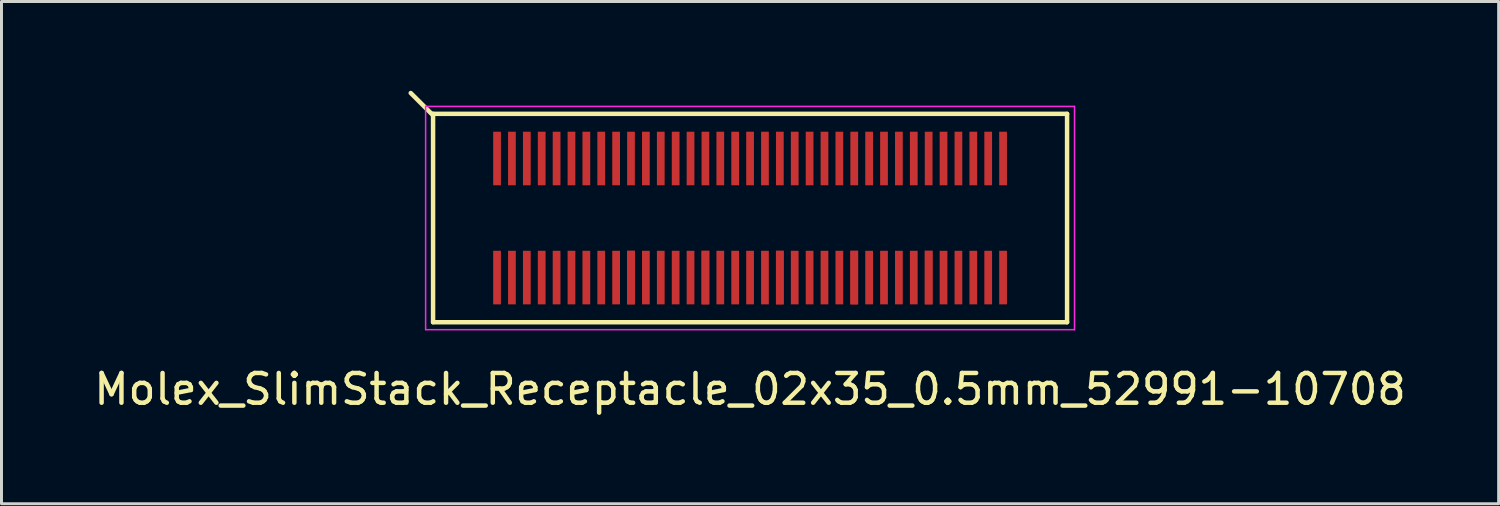
<source format=kicad_pcb>
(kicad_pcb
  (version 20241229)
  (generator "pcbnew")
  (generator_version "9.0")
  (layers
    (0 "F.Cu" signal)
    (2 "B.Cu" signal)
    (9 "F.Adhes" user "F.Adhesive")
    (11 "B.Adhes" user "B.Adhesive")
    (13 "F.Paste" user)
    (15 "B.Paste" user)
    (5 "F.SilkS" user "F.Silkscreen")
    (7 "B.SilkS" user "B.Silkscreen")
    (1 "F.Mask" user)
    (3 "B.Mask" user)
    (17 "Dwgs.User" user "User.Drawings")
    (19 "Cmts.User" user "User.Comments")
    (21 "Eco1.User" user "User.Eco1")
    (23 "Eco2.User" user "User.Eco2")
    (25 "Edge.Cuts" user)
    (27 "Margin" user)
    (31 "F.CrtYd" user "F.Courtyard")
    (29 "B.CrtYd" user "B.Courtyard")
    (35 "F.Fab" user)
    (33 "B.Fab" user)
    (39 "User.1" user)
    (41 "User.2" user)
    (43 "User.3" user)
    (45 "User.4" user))
  (footprint "Molex_SlimStack_Receptacle_02x35_0.5mm_52991-10708"
    (layer "F.Cu")
    (at 22.149 4.275)
    (property "Reference" "Molex_SlimStack_Receptacle_02x35_0.5mm_52991-10708" (at 0 5.75 0) (layer "F.SilkS") (effects (font (size 1 1) (thickness 0.15))))
    (attr smd)
    (fp_line (start -10.65 -3.5) (end -10.65 3.5) (stroke (width 0.15) (type solid)) (layer "F.SilkS"))
    (fp_line (start -10.65 -3.45) (end -11.4 -4.2) (stroke (width 0.15) (type solid)) (layer "F.SilkS"))
    (fp_line (start -10.65 3.5) (end 10.65 3.5) (stroke (width 0.15) (type solid)) (layer "F.SilkS"))
    (fp_line (start 10.65 -3.5) (end -10.65 -3.5) (stroke (width 0.15) (type solid)) (layer "F.SilkS"))
    (fp_line (start 10.65 3.5) (end 10.65 -3.5) (stroke (width 0.15) (type solid)) (layer "F.SilkS"))
    (fp_line (start -10.9 -3.75) (end -10.9 3.75) (stroke (width 0.05) (type solid)) (layer "F.CrtYd"))
    (fp_line (start -10.9 3.75) (end 10.9 3.75) (stroke (width 0.05) (type solid)) (layer "F.CrtYd"))
    (fp_line (start 10.9 -3.75) (end -10.9 -3.75) (stroke (width 0.05) (type solid)) (layer "F.CrtYd"))
    (fp_line (start 10.9 3.75) (end 10.9 -3.75) (stroke (width 0.05) (type solid)) (layer "F.CrtYd"))
    (pad "1" smd rect (at -8.5 -2) (size 0.26 1.8) (layers "F.Cu" "F.Mask" "F.Paste"))
    (pad "2" smd rect (at -8.5 2) (size 0.26 1.8) (layers "F.Cu" "F.Mask" "F.Paste"))
    (pad "3" smd rect (at -8 -2) (size 0.26 1.8) (layers "F.Cu" "F.Mask" "F.Paste"))
    (pad "4" smd rect (at -8 2) (size 0.26 1.8) (layers "F.Cu" "F.Mask" "F.Paste"))
    (pad "5" smd rect (at -7.5 -2) (size 0.26 1.8) (layers "F.Cu" "F.Mask" "F.Paste"))
    (pad "6" smd rect (at -7.5 2) (size 0.26 1.8) (layers "F.Cu" "F.Mask" "F.Paste"))
    (pad "7" smd rect (at -7 -2) (size 0.26 1.8) (layers "F.Cu" "F.Mask" "F.Paste"))
    (pad "8" smd rect (at -7 2) (size 0.26 1.8) (layers "F.Cu" "F.Mask" "F.Paste"))
    (pad "9" smd rect (at -6.5 -2) (size 0.26 1.8) (layers "F.Cu" "F.Mask" "F.Paste"))
    (pad "10" smd rect (at -6.5 2) (size 0.26 1.8) (layers "F.Cu" "F.Mask" "F.Paste"))
    (pad "11" smd rect (at -6 -2) (size 0.26 1.8) (layers "F.Cu" "F.Mask" "F.Paste"))
    (pad "12" smd rect (at -6 2) (size 0.26 1.8) (layers "F.Cu" "F.Mask" "F.Paste"))
    (pad "13" smd rect (at -5.5 -2) (size 0.26 1.8) (layers "F.Cu" "F.Mask" "F.Paste"))
    (pad "14" smd rect (at -5.5 2) (size 0.26 1.8) (layers "F.Cu" "F.Mask" "F.Paste"))
    (pad "15" smd rect (at -5 -2) (size 0.26 1.8) (layers "F.Cu" "F.Mask" "F.Paste"))
    (pad "16" smd rect (at -5 2) (size 0.26 1.8) (layers "F.Cu" "F.Mask" "F.Paste"))
    (pad "17" smd rect (at -4.5 -2) (size 0.26 1.8) (layers "F.Cu" "F.Mask" "F.Paste"))
    (pad "18" smd rect (at -4.5 2) (size 0.26 1.8) (layers "F.Cu" "F.Mask" "F.Paste"))
    (pad "19" smd rect (at -4 -2) (size 0.26 1.8) (layers "F.Cu" "F.Mask" "F.Paste"))
    (pad "20" smd rect (at -4 2) (size 0.26 1.8) (layers "F.Cu" "F.Mask" "F.Paste"))
    (pad "20" smd rect (at -4 2) (size 0.26 1.8) (layers "F.Cu" "F.Mask" "F.Paste"))
    (pad "21" smd rect (at -3.5 -2) (size 0.26 1.8) (layers "F.Cu" "F.Mask" "F.Paste"))
    (pad "22" smd rect (at -3.5 2) (size 0.26 1.8) (layers "F.Cu" "F.Mask" "F.Paste"))
    (pad "23" smd rect (at -3 -2) (size 0.26 1.8) (layers "F.Cu" "F.Mask" "F.Paste"))
    (pad "24" smd rect (at -3 2) (size 0.26 1.8) (layers "F.Cu" "F.Mask" "F.Paste"))
    (pad "25" smd rect (at -2.5 -2) (size 0.26 1.8) (layers "F.Cu" "F.Mask" "F.Paste"))
    (pad "26" smd rect (at -2.5 2) (size 0.26 1.8) (layers "F.Cu" "F.Mask" "F.Paste"))
    (pad "27" smd rect (at -2 -2) (size 0.26 1.8) (layers "F.Cu" "F.Mask" "F.Paste"))
    (pad "28" smd rect (at -2 2) (size 0.26 1.8) (layers "F.Cu" "F.Mask" "F.Paste"))
    (pad "29" smd rect (at -1.5 -2) (size 0.26 1.8) (layers "F.Cu" "F.Mask" "F.Paste"))
    (pad "30" smd rect (at -1.5 2) (size 0.26 1.8) (layers "F.Cu" "F.Mask" "F.Paste"))
    (pad "30" smd rect (at -1.5 2) (size 0.26 1.8) (layers "F.Cu" "F.Mask" "F.Paste"))
    (pad "31" smd rect (at -1 -2) (size 0.26 1.8) (layers "F.Cu" "F.Mask" "F.Paste"))
    (pad "32" smd rect (at -1 2) (size 0.26 1.8) (layers "F.Cu" "F.Mask" "F.Paste"))
    (pad "33" smd rect (at -0.5 -2) (size 0.26 1.8) (layers "F.Cu" "F.Mask" "F.Paste"))
    (pad "34" smd rect (at -0.5 2) (size 0.26 1.8) (layers "F.Cu" "F.Mask" "F.Paste"))
    (pad "35" smd rect (at 0 -2) (size 0.26 1.8) (layers "F.Cu" "F.Mask" "F.Paste"))
    (pad "36" smd rect (at 0 2) (size 0.26 1.8) (layers "F.Cu" "F.Mask" "F.Paste"))
    (pad "37" smd rect (at 0.5 -2) (size 0.26 1.8) (layers "F.Cu" "F.Mask" "F.Paste"))
    (pad "38" smd rect (at 0.5 2) (size 0.26 1.8) (layers "F.Cu" "F.Mask" "F.Paste"))
    (pad "39" smd rect (at 1 -2) (size 0.26 1.8) (layers "F.Cu" "F.Mask" "F.Paste"))
    (pad "40" smd rect (at 1 2) (size 0.26 1.8) (layers "F.Cu" "F.Mask" "F.Paste"))
    (pad "40" smd rect (at 1 2) (size 0.26 1.8) (layers "F.Cu" "F.Mask" "F.Paste"))
    (pad "41" smd rect (at 1.5 -2) (size 0.26 1.8) (layers "F.Cu" "F.Mask" "F.Paste"))
    (pad "42" smd rect (at 1.5 2) (size 0.26 1.8) (layers "F.Cu" "F.Mask" "F.Paste"))
    (pad "43" smd rect (at 2 -2) (size 0.26 1.8) (layers "F.Cu" "F.Mask" "F.Paste"))
    (pad "44" smd rect (at 2 2) (size 0.26 1.8) (layers "F.Cu" "F.Mask" "F.Paste"))
    (pad "45" smd rect (at 2.5 -2) (size 0.26 1.8) (layers "F.Cu" "F.Mask" "F.Paste"))
    (pad "46" smd rect (at 2.5 2) (size 0.26 1.8) (layers "F.Cu" "F.Mask" "F.Paste"))
    (pad "47" smd rect (at 3 -2) (size 0.26 1.8) (layers "F.Cu" "F.Mask" "F.Paste"))
    (pad "48" smd rect (at 3 2) (size 0.26 1.8) (layers "F.Cu" "F.Mask" "F.Paste"))
    (pad "49" smd rect (at 3.5 -2) (size 0.26 1.8) (layers "F.Cu" "F.Mask" "F.Paste"))
    (pad "50" smd rect (at 3.5 2) (size 0.26 1.8) (layers "F.Cu" "F.Mask" "F.Paste"))
    (pad "50" smd rect (at 3.5 2) (size 0.26 1.8) (layers "F.Cu" "F.Mask" "F.Paste"))
    (pad "51" smd rect (at 4 -2) (size 0.26 1.8) (layers "F.Cu" "F.Mask" "F.Paste"))
    (pad "52" smd rect (at 4 2) (size 0.26 1.8) (layers "F.Cu" "F.Mask" "F.Paste"))
    (pad "53" smd rect (at 4.5 -2) (size 0.26 1.8) (layers "F.Cu" "F.Mask" "F.Paste"))
    (pad "54" smd rect (at 4.5 2) (size 0.26 1.8) (layers "F.Cu" "F.Mask" "F.Paste"))
    (pad "55" smd rect (at 5 -2) (size 0.26 1.8) (layers "F.Cu" "F.Mask" "F.Paste"))
    (pad "56" smd rect (at 5 2) (size 0.26 1.8) (layers "F.Cu" "F.Mask" "F.Paste"))
    (pad "57" smd rect (at 5.5 -2) (size 0.26 1.8) (layers "F.Cu" "F.Mask" "F.Paste"))
    (pad "58" smd rect (at 5.5 2) (size 0.26 1.8) (layers "F.Cu" "F.Mask" "F.Paste"))
    (pad "59" smd rect (at 6 -2) (size 0.26 1.8) (layers "F.Cu" "F.Mask" "F.Paste"))
    (pad "60" smd rect (at 6 2) (size 0.26 1.8) (layers "F.Cu" "F.Mask" "F.Paste"))
    (pad "60" smd rect (at 6 2) (size 0.26 1.8) (layers "F.Cu" "F.Mask" "F.Paste"))
    (pad "61" smd rect (at 6.5 -2) (size 0.26 1.8) (layers "F.Cu" "F.Mask" "F.Paste"))
    (pad "62" smd rect (at 6.5 2) (size 0.26 1.8) (layers "F.Cu" "F.Mask" "F.Paste"))
    (pad "63" smd rect (at 7 -2) (size 0.26 1.8) (layers "F.Cu" "F.Mask" "F.Paste"))
    (pad "64" smd rect (at 7 2) (size 0.26 1.8) (layers "F.Cu" "F.Mask" "F.Paste"))
    (pad "65" smd rect (at 7.5 -2) (size 0.26 1.8) (layers "F.Cu" "F.Mask" "F.Paste"))
    (pad "66" smd rect (at 7.5 2) (size 0.26 1.8) (layers "F.Cu" "F.Mask" "F.Paste"))
    (pad "67" smd rect (at 8 -2) (size 0.26 1.8) (layers "F.Cu" "F.Mask" "F.Paste"))
    (pad "68" smd rect (at 8 2) (size 0.26 1.8) (layers "F.Cu" "F.Mask" "F.Paste"))
    (pad "69" smd rect (at 8.5 -2) (size 0.26 1.8) (layers "F.Cu" "F.Mask" "F.Paste"))
    (pad "70" smd rect (at 8.5 2) (size 0.26 1.8) (layers "F.Cu" "F.Mask" "F.Paste")))
  (gr_rect
    (start -3 -3)
    (end 47.298 13.873)
    (stroke (width 0.1) (type default))
    (fill no)
    (layer "Edge.Cuts")))
</source>
